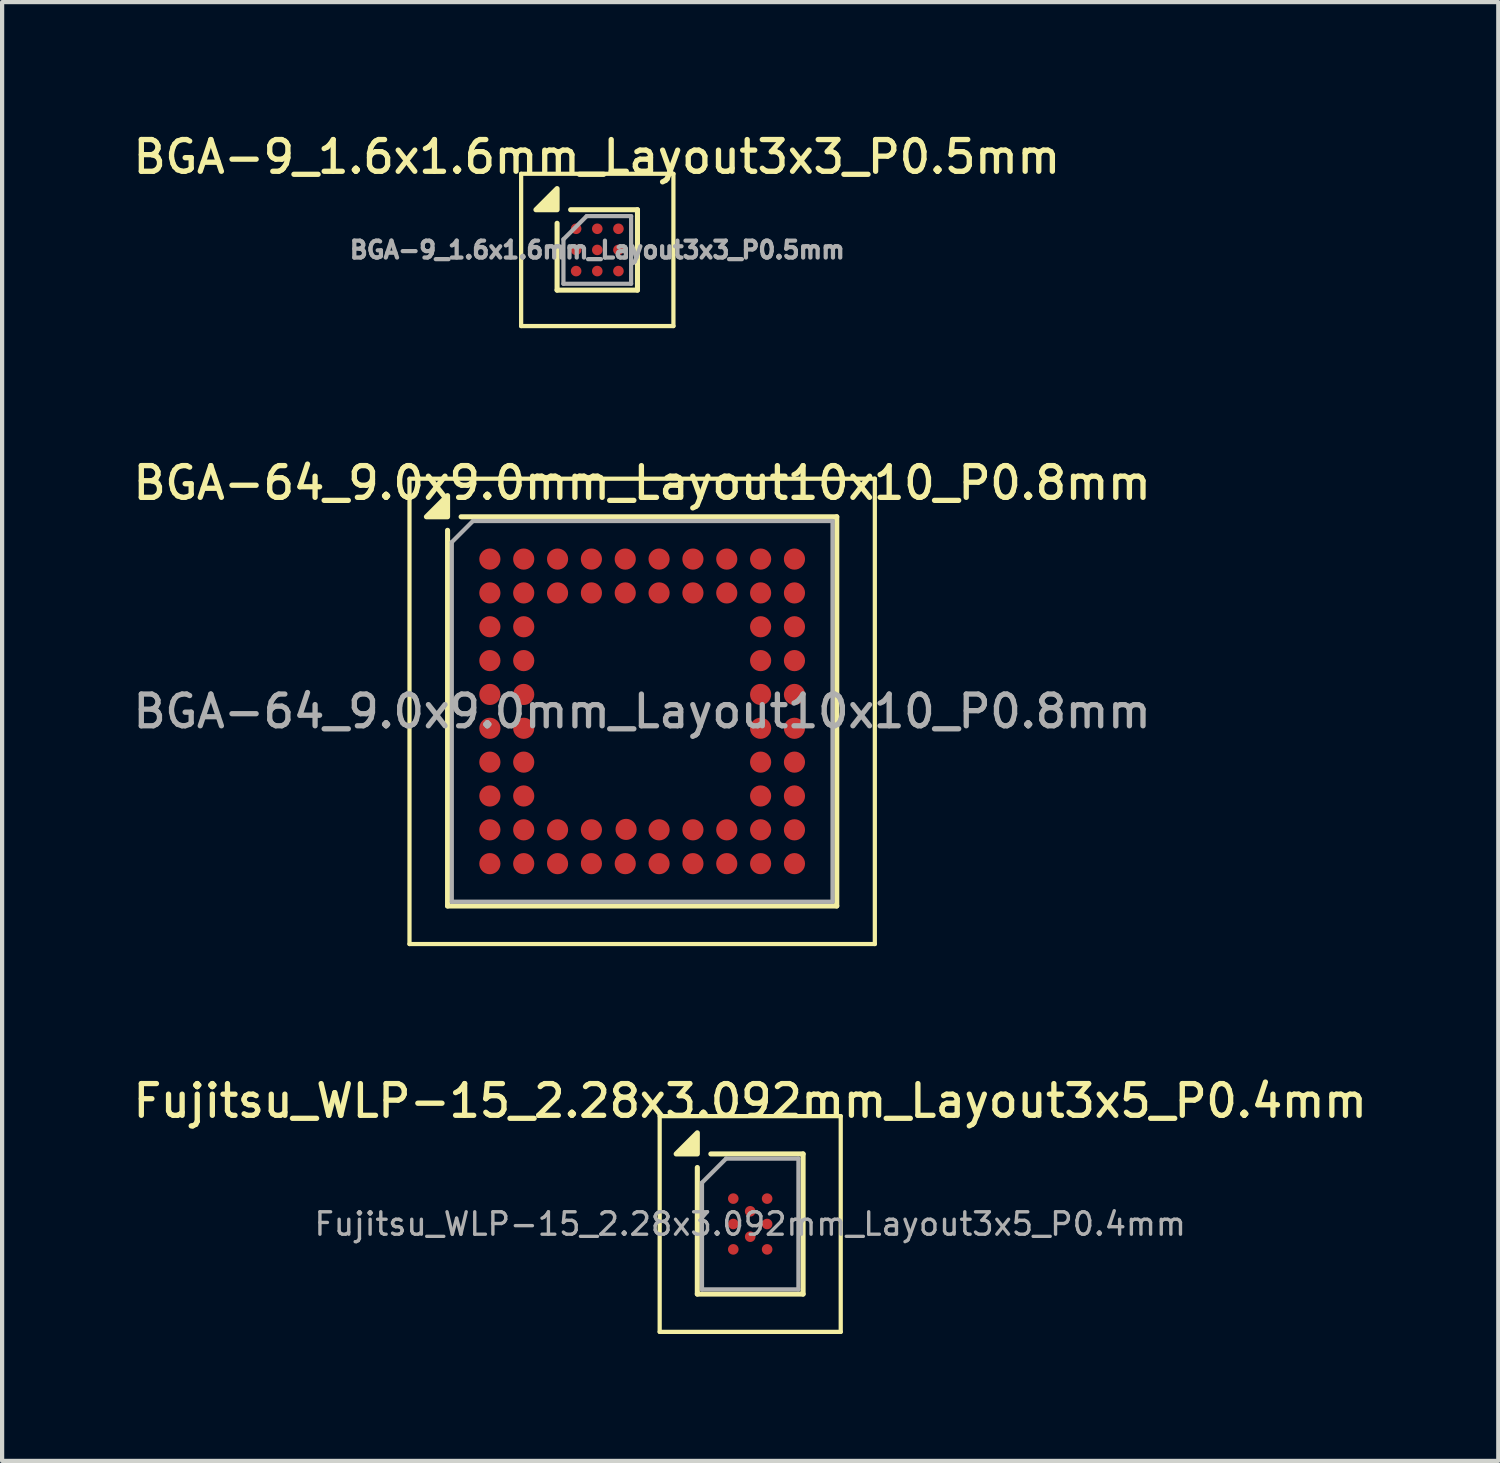
<source format=kicad_pcb>
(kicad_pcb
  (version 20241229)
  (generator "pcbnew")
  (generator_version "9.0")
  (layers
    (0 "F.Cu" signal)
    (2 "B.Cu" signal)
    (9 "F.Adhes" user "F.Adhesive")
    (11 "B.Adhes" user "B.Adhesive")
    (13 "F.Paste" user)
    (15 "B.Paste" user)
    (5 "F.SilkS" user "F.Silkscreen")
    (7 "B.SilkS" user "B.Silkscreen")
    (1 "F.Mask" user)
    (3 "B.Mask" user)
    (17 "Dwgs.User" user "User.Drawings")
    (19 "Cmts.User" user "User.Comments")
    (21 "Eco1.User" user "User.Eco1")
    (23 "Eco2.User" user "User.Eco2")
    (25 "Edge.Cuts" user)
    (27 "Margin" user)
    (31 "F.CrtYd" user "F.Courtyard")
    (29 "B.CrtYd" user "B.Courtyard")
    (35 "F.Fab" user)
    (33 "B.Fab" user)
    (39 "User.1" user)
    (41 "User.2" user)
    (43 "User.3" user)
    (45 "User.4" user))
  (footprint "BGA-64_9.0x9.0mm_Layout10x10_P0.8mm"
    (layer "F.Cu")
    (at 12.13 13.766)
    (property "Reference" "BGA-64_9.0x9.0mm_Layout10x10_P0.8mm" (at 0 -5.4 0) (layer "F.SilkS") (effects (font (size 0.75 0.75) (thickness 0.125))))
    (attr smd)
    (fp_line (start -5.5 -5.5) (end -5.5 5.5) (stroke (width 0.1) (type solid)) (layer "F.SilkS"))
    (fp_line (start -5.5 -5.5) (end 5.5 -5.5) (stroke (width 0.1) (type solid)) (layer "F.SilkS"))
    (fp_line (start -4.6 -4.28) (end -4.6 4.6) (stroke (width 0.12) (type solid)) (layer "F.SilkS"))
    (fp_line (start -4.6 4.6) (end 4.6 4.6) (stroke (width 0.12) (type solid)) (layer "F.SilkS"))
    (fp_line (start 4.6 -4.6) (end -4.28 -4.6) (stroke (width 0.12) (type solid)) (layer "F.SilkS"))
    (fp_line (start 4.6 4.6) (end 4.6 -4.6) (stroke (width 0.12) (type solid)) (layer "F.SilkS"))
    (fp_line (start 5.5 5.5) (end -5.5 5.5) (stroke (width 0.1) (type solid)) (layer "F.SilkS"))
    (fp_line (start 5.5 5.5) (end 5.5 -5.5) (stroke (width 0.1) (type solid)) (layer "F.SilkS"))
    (fp_poly (pts (xy -4.6 -4.6) (xy -5.1 -4.6) (xy -4.6 -5.1) (xy -4.6 -4.6)) (stroke (width 0.12) (type solid)) (fill yes) (layer "F.SilkS"))
    (fp_line (start -4.5 -4) (end -4.5 4.5) (stroke (width 0.1) (type solid)) (layer "F.Fab"))
    (fp_line (start -4.5 4.5) (end 4.5 4.5) (stroke (width 0.1) (type solid)) (layer "F.Fab"))
    (fp_line (start -4 -4.5) (end -4.5 -4) (stroke (width 0.1) (type solid)) (layer "F.Fab"))
    (fp_line (start 4.5 -4.5) (end -4 -4.5) (stroke (width 0.1) (type solid)) (layer "F.Fab"))
    (fp_line (start 4.5 4.5) (end 4.5 -4.5) (stroke (width 0.1) (type solid)) (layer "F.Fab"))
    (fp_text user "${REFERENCE}" (at 0 0 0) (layer "F.Fab") (effects (font (size 0.75 0.75) (thickness 0.125))))
    (pad "A1" smd circle (at -3.6 -3.6) (size 0.5 0.5) (property pad_prop_bga) (layers "F.Cu" "F.Mask" "F.Paste"))
    (pad "A2" smd circle (at -2.8 -3.6) (size 0.5 0.5) (property pad_prop_bga) (layers "F.Cu" "F.Mask" "F.Paste"))
    (pad "A3" smd circle (at -2 -3.6) (size 0.5 0.5) (property pad_prop_bga) (layers "F.Cu" "F.Mask" "F.Paste"))
    (pad "A4" smd circle (at -1.2 -3.6) (size 0.5 0.5) (property pad_prop_bga) (layers "F.Cu" "F.Mask" "F.Paste"))
    (pad "A5" smd circle (at -0.4 -3.6) (size 0.5 0.5) (property pad_prop_bga) (layers "F.Cu" "F.Mask" "F.Paste"))
    (pad "A6" smd circle (at 0.4 -3.6) (size 0.5 0.5) (property pad_prop_bga) (layers "F.Cu" "F.Mask" "F.Paste"))
    (pad "A7" smd circle (at 1.2 -3.6) (size 0.5 0.5) (property pad_prop_bga) (layers "F.Cu" "F.Mask" "F.Paste"))
    (pad "A8" smd circle (at 2 -3.6) (size 0.5 0.5) (property pad_prop_bga) (layers "F.Cu" "F.Mask" "F.Paste"))
    (pad "A9" smd circle (at 2.8 -3.6) (size 0.5 0.5) (property pad_prop_bga) (layers "F.Cu" "F.Mask" "F.Paste"))
    (pad "A10" smd circle (at 3.6 -3.6) (size 0.5 0.5) (property pad_prop_bga) (layers "F.Cu" "F.Mask" "F.Paste"))
    (pad "B1" smd circle (at -3.6 -2.8) (size 0.5 0.5) (property pad_prop_bga) (layers "F.Cu" "F.Mask" "F.Paste"))
    (pad "B2" smd circle (at -2.8 -2.8) (size 0.5 0.5) (property pad_prop_bga) (layers "F.Cu" "F.Mask" "F.Paste"))
    (pad "B3" smd circle (at -2 -2.8) (size 0.5 0.5) (property pad_prop_bga) (layers "F.Cu" "F.Mask" "F.Paste"))
    (pad "B4" smd circle (at -1.2 -2.8) (size 0.5 0.5) (property pad_prop_bga) (layers "F.Cu" "F.Mask" "F.Paste"))
    (pad "B5" smd circle (at -0.4 -2.8) (size 0.5 0.5) (property pad_prop_bga) (layers "F.Cu" "F.Mask" "F.Paste"))
    (pad "B6" smd circle (at 0.4 -2.8) (size 0.5 0.5) (property pad_prop_bga) (layers "F.Cu" "F.Mask" "F.Paste"))
    (pad "B7" smd circle (at 1.2 -2.8) (size 0.5 0.5) (property pad_prop_bga) (layers "F.Cu" "F.Mask" "F.Paste"))
    (pad "B8" smd circle (at 2 -2.8) (size 0.5 0.5) (property pad_prop_bga) (layers "F.Cu" "F.Mask" "F.Paste"))
    (pad "B9" smd circle (at 2.8 -2.8) (size 0.5 0.5) (property pad_prop_bga) (layers "F.Cu" "F.Mask" "F.Paste"))
    (pad "B10" smd circle (at 3.6 -2.8) (size 0.5 0.5) (property pad_prop_bga) (layers "F.Cu" "F.Mask" "F.Paste"))
    (pad "C1" smd circle (at -3.6 -2) (size 0.5 0.5) (property pad_prop_bga) (layers "F.Cu" "F.Mask" "F.Paste"))
    (pad "C2" smd circle (at -2.8 -2) (size 0.5 0.5) (property pad_prop_bga) (layers "F.Cu" "F.Mask" "F.Paste"))
    (pad "C9" smd circle (at 2.8 -2) (size 0.5 0.5) (property pad_prop_bga) (layers "F.Cu" "F.Mask" "F.Paste"))
    (pad "C10" smd circle (at 3.6 -2) (size 0.5 0.5) (property pad_prop_bga) (layers "F.Cu" "F.Mask" "F.Paste"))
    (pad "D1" smd circle (at -3.6 -1.2) (size 0.5 0.5) (property pad_prop_bga) (layers "F.Cu" "F.Mask" "F.Paste"))
    (pad "D2" smd circle (at -2.8 -1.2) (size 0.5 0.5) (property pad_prop_bga) (layers "F.Cu" "F.Mask" "F.Paste"))
    (pad "D9" smd circle (at 2.8 -1.2) (size 0.5 0.5) (property pad_prop_bga) (layers "F.Cu" "F.Mask" "F.Paste"))
    (pad "D10" smd circle (at 3.6 -1.2) (size 0.5 0.5) (property pad_prop_bga) (layers "F.Cu" "F.Mask" "F.Paste"))
    (pad "E1" smd circle (at -3.6 -0.4) (size 0.5 0.5) (property pad_prop_bga) (layers "F.Cu" "F.Mask" "F.Paste"))
    (pad "E2" smd circle (at -2.8 -0.4) (size 0.5 0.5) (property pad_prop_bga) (layers "F.Cu" "F.Mask" "F.Paste"))
    (pad "E9" smd circle (at 2.8 -0.4) (size 0.5 0.5) (property pad_prop_bga) (layers "F.Cu" "F.Mask" "F.Paste"))
    (pad "E10" smd circle (at 3.6 -0.4) (size 0.5 0.5) (property pad_prop_bga) (layers "F.Cu" "F.Mask" "F.Paste"))
    (pad "F1" smd circle (at -3.6 0.4) (size 0.5 0.5) (property pad_prop_bga) (layers "F.Cu" "F.Mask" "F.Paste"))
    (pad "F2" smd circle (at -2.8 0.4) (size 0.5 0.5) (property pad_prop_bga) (layers "F.Cu" "F.Mask" "F.Paste"))
    (pad "F9" smd circle (at 2.8 0.4) (size 0.5 0.5) (property pad_prop_bga) (layers "F.Cu" "F.Mask" "F.Paste"))
    (pad "F10" smd circle (at 3.6 0.4) (size 0.5 0.5) (property pad_prop_bga) (layers "F.Cu" "F.Mask" "F.Paste"))
    (pad "G1" smd circle (at -3.6 1.2) (size 0.5 0.5) (property pad_prop_bga) (layers "F.Cu" "F.Mask" "F.Paste"))
    (pad "G2" smd circle (at -2.8 1.2) (size 0.5 0.5) (property pad_prop_bga) (layers "F.Cu" "F.Mask" "F.Paste"))
    (pad "G9" smd circle (at 2.8 1.2) (size 0.5 0.5) (property pad_prop_bga) (layers "F.Cu" "F.Mask" "F.Paste"))
    (pad "G10" smd circle (at 3.6 1.2) (size 0.5 0.5) (property pad_prop_bga) (layers "F.Cu" "F.Mask" "F.Paste"))
    (pad "H1" smd circle (at -3.6 2) (size 0.5 0.5) (property pad_prop_bga) (layers "F.Cu" "F.Mask" "F.Paste"))
    (pad "H2" smd circle (at -2.8 2) (size 0.5 0.5) (property pad_prop_bga) (layers "F.Cu" "F.Mask" "F.Paste"))
    (pad "H9" smd circle (at 2.8 2) (size 0.5 0.5) (property pad_prop_bga) (layers "F.Cu" "F.Mask" "F.Paste"))
    (pad "H10" smd circle (at 3.6 2) (size 0.5 0.5) (property pad_prop_bga) (layers "F.Cu" "F.Mask" "F.Paste"))
    (pad "J1" smd circle (at -3.6 2.8) (size 0.5 0.5) (property pad_prop_bga) (layers "F.Cu" "F.Mask" "F.Paste"))
    (pad "J2" smd circle (at -2.8 2.8) (size 0.5 0.5) (property pad_prop_bga) (layers "F.Cu" "F.Mask" "F.Paste"))
    (pad "J3" smd circle (at -2 2.8) (size 0.5 0.5) (property pad_prop_bga) (layers "F.Cu" "F.Mask" "F.Paste"))
    (pad "J4" smd circle (at -1.2 2.8) (size 0.5 0.5) (property pad_prop_bga) (layers "F.Cu" "F.Mask" "F.Paste"))
    (pad "J5" smd circle (at -0.38 2.79) (size 0.5 0.5) (property pad_prop_bga) (layers "F.Cu" "F.Mask" "F.Paste"))
    (pad "J6" smd circle (at 0.4 2.8) (size 0.5 0.5) (property pad_prop_bga) (layers "F.Cu" "F.Mask" "F.Paste"))
    (pad "J7" smd circle (at 1.2 2.8) (size 0.5 0.5) (property pad_prop_bga) (layers "F.Cu" "F.Mask" "F.Paste"))
    (pad "J8" smd circle (at 2 2.8) (size 0.5 0.5) (property pad_prop_bga) (layers "F.Cu" "F.Mask" "F.Paste"))
    (pad "J9" smd circle (at 2.8 2.8) (size 0.5 0.5) (property pad_prop_bga) (layers "F.Cu" "F.Mask" "F.Paste"))
    (pad "J10" smd circle (at 3.6 2.8) (size 0.5 0.5) (property pad_prop_bga) (layers "F.Cu" "F.Mask" "F.Paste"))
    (pad "K1" smd circle (at -3.6 3.6) (size 0.5 0.5) (property pad_prop_bga) (layers "F.Cu" "F.Mask" "F.Paste"))
    (pad "K2" smd circle (at -2.8 3.6) (size 0.5 0.5) (property pad_prop_bga) (layers "F.Cu" "F.Mask" "F.Paste"))
    (pad "K3" smd circle (at -2 3.6) (size 0.5 0.5) (property pad_prop_bga) (layers "F.Cu" "F.Mask" "F.Paste"))
    (pad "K4" smd circle (at -1.2 3.6) (size 0.5 0.5) (property pad_prop_bga) (layers "F.Cu" "F.Mask" "F.Paste"))
    (pad "K5" smd circle (at -0.4 3.6) (size 0.5 0.5) (property pad_prop_bga) (layers "F.Cu" "F.Mask" "F.Paste"))
    (pad "K6" smd circle (at 0.4 3.6) (size 0.5 0.5) (property pad_prop_bga) (layers "F.Cu" "F.Mask" "F.Paste"))
    (pad "K7" smd circle (at 1.2 3.6) (size 0.5 0.5) (property pad_prop_bga) (layers "F.Cu" "F.Mask" "F.Paste"))
    (pad "K8" smd circle (at 2 3.6) (size 0.5 0.5) (property pad_prop_bga) (layers "F.Cu" "F.Mask" "F.Paste"))
    (pad "K9" smd circle (at 2.8 3.6) (size 0.5 0.5) (property pad_prop_bga) (layers "F.Cu" "F.Mask" "F.Paste"))
    (pad "K10" smd circle (at 3.6 3.6) (size 0.5 0.5) (property pad_prop_bga) (layers "F.Cu" "F.Mask" "F.Paste")))
  (footprint "Fujitsu_WLP-15_2.28x3.092mm_Layout3x5_P0.4mm"
    (layer "F.Cu")
    (at 14.684 25.884)
    (property "Reference" "Fujitsu_WLP-15_2.28x3.092mm_Layout3x5_P0.4mm" (at 0 -2.91 0) (layer "F.SilkS") (effects (font (size 0.75 0.75) (thickness 0.125))))
    (attr smd)
    (fp_line (start -2.14 -2.55) (end -2.14 2.55) (stroke (width 0.1) (type solid)) (layer "F.SilkS"))
    (fp_line (start -2.14 2.55) (end 2.14 2.55) (stroke (width 0.1) (type solid)) (layer "F.SilkS"))
    (fp_line (start -1.25 1.656) (end -1.25 -1.336) (stroke (width 0.12) (type solid)) (layer "F.SilkS"))
    (fp_line (start 1.25 -1.656) (end -0.93 -1.656) (stroke (width 0.12) (type solid)) (layer "F.SilkS"))
    (fp_line (start 1.25 -1.656) (end 1.25 1.656) (stroke (width 0.12) (type solid)) (layer "F.SilkS"))
    (fp_line (start 1.25 1.656) (end -1.25 1.656) (stroke (width 0.12) (type solid)) (layer "F.SilkS"))
    (fp_line (start 2.14 -2.55) (end -2.14 -2.55) (stroke (width 0.1) (type solid)) (layer "F.SilkS"))
    (fp_line (start 2.14 2.55) (end 2.14 -2.55) (stroke (width 0.1) (type solid)) (layer "F.SilkS"))
    (fp_poly (pts (xy -1.25 -1.656) (xy -1.75 -1.656) (xy -1.25 -2.156) (xy -1.25 -1.656)) (stroke (width 0.12) (type solid)) (fill yes) (layer "F.SilkS"))
    (fp_line (start -1.14 -0.976) (end -0.57 -1.546) (stroke (width 0.1) (type solid)) (layer "F.Fab"))
    (fp_line (start -1.14 1.546) (end -1.14 -0.976) (stroke (width 0.1) (type solid)) (layer "F.Fab"))
    (fp_line (start -0.57 -1.546) (end 1.14 -1.546) (stroke (width 0.1) (type solid)) (layer "F.Fab"))
    (fp_line (start 1.14 -1.546) (end 1.14 1.546) (stroke (width 0.1) (type solid)) (layer "F.Fab"))
    (fp_line (start 1.14 1.546) (end -1.14 1.546) (stroke (width 0.1) (type solid)) (layer "F.Fab"))
    (fp_text user "${REFERENCE}" (at 0 0 0) (layer "F.Fab") (effects (font (size 0.53 0.53) (thickness 0.08))))
    (pad "A1" smd circle (at -0.4 -0.6) (size 0.25 0.25) (property pad_prop_bga) (layers "F.Cu" "F.Mask" "F.Paste"))
    (pad "A3" smd circle (at 0.4 -0.6) (size 0.25 0.25) (property pad_prop_bga) (layers "F.Cu" "F.Mask" "F.Paste"))
    (pad "B2" smd circle (at 0 -0.3) (size 0.25 0.25) (property pad_prop_bga) (layers "F.Cu" "F.Mask" "F.Paste"))
    (pad "C1" smd circle (at -0.4 0) (size 0.25 0.25) (property pad_prop_bga) (layers "F.Cu" "F.Mask" "F.Paste"))
    (pad "C3" smd circle (at 0.4 0) (size 0.25 0.25) (property pad_prop_bga) (layers "F.Cu" "F.Mask" "F.Paste"))
    (pad "D2" smd circle (at 0 0.3) (size 0.25 0.25) (property pad_prop_bga) (layers "F.Cu" "F.Mask" "F.Paste"))
    (pad "E1" smd circle (at -0.4 0.6) (size 0.25 0.25) (property pad_prop_bga) (layers "F.Cu" "F.Mask" "F.Paste"))
    (pad "E3" smd circle (at 0.4 0.6) (size 0.25 0.25) (property pad_prop_bga) (layers "F.Cu" "F.Mask" "F.Paste")))
  (footprint "BGA-9_1.6x1.6mm_Layout3x3_P0.5mm"
    (layer "F.Cu")
    (at 11.069 2.858)
    (property "Reference" "BGA-9_1.6x1.6mm_Layout3x3_P0.5mm" (at -0.01 -2.2 0) (layer "F.SilkS") (effects (font (size 0.75 0.75) (thickness 0.125))))
    (attr smd)
    (fp_line (start -1.8 -1.8) (end -1.8 1.8) (stroke (width 0.1) (type solid)) (layer "F.SilkS"))
    (fp_line (start -1.8 -1.8) (end 1.8 -1.8) (stroke (width 0.1) (type solid)) (layer "F.SilkS"))
    (fp_line (start -0.95 -0.63) (end -0.95 0.95) (stroke (width 0.12) (type solid)) (layer "F.SilkS"))
    (fp_line (start -0.95 0.95) (end 0.95 0.95) (stroke (width 0.12) (type solid)) (layer "F.SilkS"))
    (fp_line (start 0.95 -0.95) (end -0.63 -0.95) (stroke (width 0.12) (type solid)) (layer "F.SilkS"))
    (fp_line (start 0.95 0.95) (end 0.95 -0.95) (stroke (width 0.12) (type solid)) (layer "F.SilkS"))
    (fp_line (start 1.8 1.8) (end -1.8 1.8) (stroke (width 0.1) (type solid)) (layer "F.SilkS"))
    (fp_line (start 1.8 1.8) (end 1.8 -1.8) (stroke (width 0.1) (type solid)) (layer "F.SilkS"))
    (fp_poly (pts (xy -0.95 -0.95) (xy -1.45 -0.95) (xy -0.95 -1.45) (xy -0.95 -0.95)) (stroke (width 0.12) (type solid)) (fill yes) (layer "F.SilkS"))
    (fp_line (start -0.8 -0.25) (end -0.25 -0.8) (stroke (width 0.1) (type solid)) (layer "F.Fab"))
    (fp_line (start -0.8 0.8) (end -0.8 -0.25) (stroke (width 0.1) (type solid)) (layer "F.Fab"))
    (fp_line (start -0.25 -0.8) (end 0.8 -0.8) (stroke (width 0.1) (type solid)) (layer "F.Fab"))
    (fp_line (start 0.8 -0.8) (end 0.8 0.8) (stroke (width 0.1) (type solid)) (layer "F.Fab"))
    (fp_line (start 0.8 0.8) (end -0.8 0.8) (stroke (width 0.1) (type solid)) (layer "F.Fab"))
    (fp_text user "${REFERENCE}" (at 0 0 0) (layer "F.Fab") (effects (font (size 0.4 0.4) (thickness 0.1))))
    (pad "A1" smd circle (at -0.5 -0.5) (size 0.25 0.25) (property pad_prop_bga) (layers "F.Cu" "F.Mask" "F.Paste"))
    (pad "A2" smd circle (at 0 -0.5) (size 0.25 0.25) (property pad_prop_bga) (layers "F.Cu" "F.Mask" "F.Paste"))
    (pad "A3" smd circle (at 0.5 -0.5) (size 0.25 0.25) (property pad_prop_bga) (layers "F.Cu" "F.Mask" "F.Paste"))
    (pad "B1" smd circle (at -0.5 0) (size 0.25 0.25) (property pad_prop_bga) (layers "F.Cu" "F.Mask" "F.Paste"))
    (pad "B2" smd circle (at 0 0) (size 0.25 0.25) (property pad_prop_bga) (layers "F.Cu" "F.Mask" "F.Paste"))
    (pad "B3" smd circle (at 0.5 0) (size 0.25 0.25) (property pad_prop_bga) (layers "F.Cu" "F.Mask" "F.Paste"))
    (pad "C1" smd circle (at -0.5 0.5) (size 0.25 0.25) (property pad_prop_bga) (layers "F.Cu" "F.Mask" "F.Paste"))
    (pad "C2" smd circle (at 0 0.5) (size 0.25 0.25) (property pad_prop_bga) (layers "F.Cu" "F.Mask" "F.Paste"))
    (pad "C3" smd circle (at 0.5 0.5) (size 0.25 0.25) (property pad_prop_bga) (layers "F.Cu" "F.Mask" "F.Paste")))
  (gr_rect
    (start -3 -3)
    (end 32.368 31.484)
    (stroke (width 0.1) (type default))
    (fill no)
    (layer "Edge.Cuts")))
</source>
